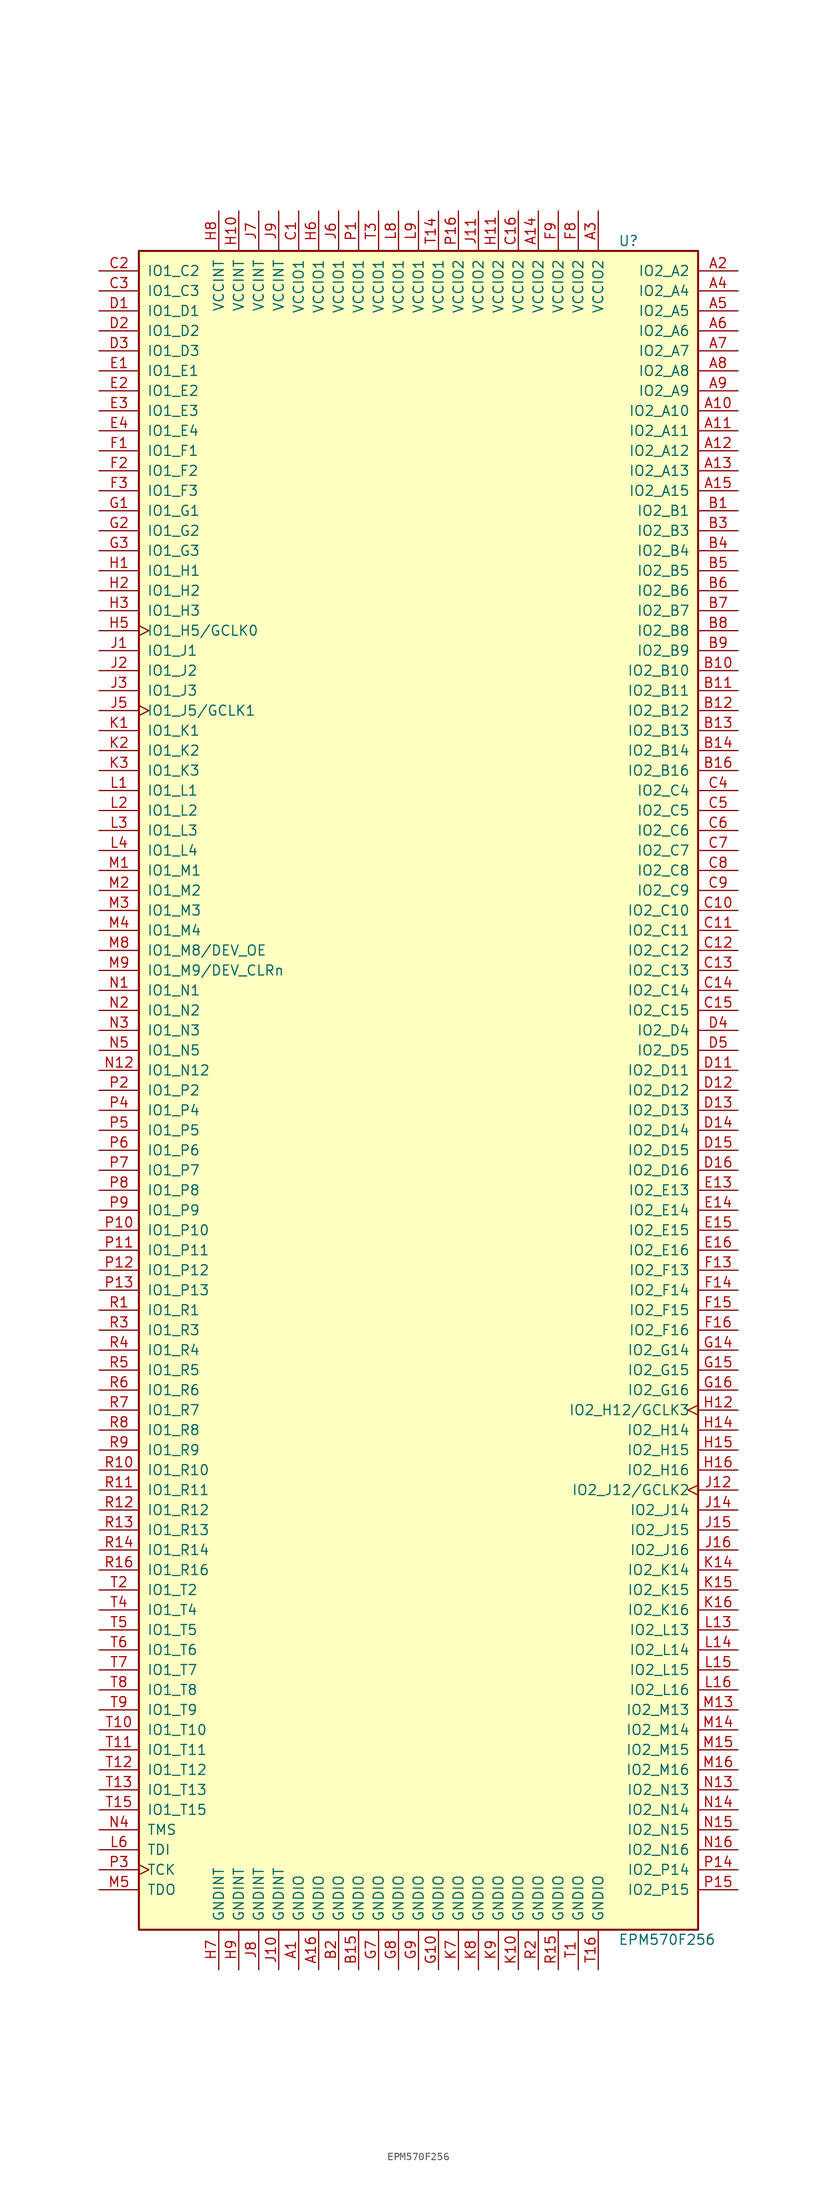
<source format=kicad_sym>
(kicad_symbol_lib
  (version 20231120)
  (generator "kicad_symbol_editor")
  (generator_version "8.0")
  (symbol "EPM570F256"
    (pin_names
      (offset 1.016))
    (property "Reference" "U"
      (at 25.4 107.95 0)
      (effects (font (size 1.27 1.27)) (justify left)))
    (property "Value" "EPM570F256"
      (at 25.4 -107.95 0)
      (effects (font (size 1.27 1.27)) (justify left)))
    (property "ki_locked" ""
      (at 0 0 0)
      (effects (font (size 1.27 1.27))))
    (symbol "EPM570F256_1_1"
      (rectangle (start -35.56 106.68) (end 35.56 -106.68) (stroke (width 0.254) (type default)) (fill (type background)))
      (pin power_in line (at -15.24 -111.76 90) (length 5.08) (name "GNDIO" (effects (font (size 1.27 1.27)))) (number "A1" (effects (font (size 1.27 1.27)))))
      (pin bidirectional line (at 40.64 86.36 180) (length 5.08) (name "IO2_A10" (effects (font (size 1.27 1.27)))) (number "A10" (effects (font (size 1.27 1.27)))))
      (pin bidirectional line (at 40.64 83.82 180) (length 5.08) (name "IO2_A11" (effects (font (size 1.27 1.27)))) (number "A11" (effects (font (size 1.27 1.27)))))
      (pin bidirectional line (at 40.64 81.28 180) (length 5.08) (name "IO2_A12" (effects (font (size 1.27 1.27)))) (number "A12" (effects (font (size 1.27 1.27)))))
      (pin bidirectional line (at 40.64 78.74 180) (length 5.08) (name "IO2_A13" (effects (font (size 1.27 1.27)))) (number "A13" (effects (font (size 1.27 1.27)))))
      (pin power_in line (at 15.24 111.76 270) (length 5.08) (name "VCCIO2" (effects (font (size 1.27 1.27)))) (number "A14" (effects (font (size 1.27 1.27)))))
      (pin bidirectional line (at 40.64 76.2 180) (length 5.08) (name "IO2_A15" (effects (font (size 1.27 1.27)))) (number "A15" (effects (font (size 1.27 1.27)))))
      (pin power_in line (at -12.7 -111.76 90) (length 5.08) (name "GNDIO" (effects (font (size 1.27 1.27)))) (number "A16" (effects (font (size 1.27 1.27)))))
      (pin bidirectional line (at 40.64 104.14 180) (length 5.08) (name "IO2_A2" (effects (font (size 1.27 1.27)))) (number "A2" (effects (font (size 1.27 1.27)))))
      (pin power_in line (at 22.86 111.76 270) (length 5.08) (name "VCCIO2" (effects (font (size 1.27 1.27)))) (number "A3" (effects (font (size 1.27 1.27)))))
      (pin bidirectional line (at 40.64 101.6 180) (length 5.08) (name "IO2_A4" (effects (font (size 1.27 1.27)))) (number "A4" (effects (font (size 1.27 1.27)))))
      (pin bidirectional line (at 40.64 99.06 180) (length 5.08) (name "IO2_A5" (effects (font (size 1.27 1.27)))) (number "A5" (effects (font (size 1.27 1.27)))))
      (pin bidirectional line (at 40.64 96.52 180) (length 5.08) (name "IO2_A6" (effects (font (size 1.27 1.27)))) (number "A6" (effects (font (size 1.27 1.27)))))
      (pin bidirectional line (at 40.64 93.98 180) (length 5.08) (name "IO2_A7" (effects (font (size 1.27 1.27)))) (number "A7" (effects (font (size 1.27 1.27)))))
      (pin bidirectional line (at 40.64 91.44 180) (length 5.08) (name "IO2_A8" (effects (font (size 1.27 1.27)))) (number "A8" (effects (font (size 1.27 1.27)))))
      (pin bidirectional line (at 40.64 88.9 180) (length 5.08) (name "IO2_A9" (effects (font (size 1.27 1.27)))) (number "A9" (effects (font (size 1.27 1.27)))))
      (pin bidirectional line (at 40.64 73.66 180) (length 5.08) (name "IO2_B1" (effects (font (size 1.27 1.27)))) (number "B1" (effects (font (size 1.27 1.27)))))
      (pin bidirectional line (at 40.64 53.34 180) (length 5.08) (name "IO2_B10" (effects (font (size 1.27 1.27)))) (number "B10" (effects (font (size 1.27 1.27)))))
      (pin bidirectional line (at 40.64 50.8 180) (length 5.08) (name "IO2_B11" (effects (font (size 1.27 1.27)))) (number "B11" (effects (font (size 1.27 1.27)))))
      (pin bidirectional line (at 40.64 48.26 180) (length 5.08) (name "IO2_B12" (effects (font (size 1.27 1.27)))) (number "B12" (effects (font (size 1.27 1.27)))))
      (pin bidirectional line (at 40.64 45.72 180) (length 5.08) (name "IO2_B13" (effects (font (size 1.27 1.27)))) (number "B13" (effects (font (size 1.27 1.27)))))
      (pin bidirectional line (at 40.64 43.18 180) (length 5.08) (name "IO2_B14" (effects (font (size 1.27 1.27)))) (number "B14" (effects (font (size 1.27 1.27)))))
      (pin power_in line (at -7.62 -111.76 90) (length 5.08) (name "GNDIO" (effects (font (size 1.27 1.27)))) (number "B15" (effects (font (size 1.27 1.27)))))
      (pin bidirectional line (at 40.64 40.64 180) (length 5.08) (name "IO2_B16" (effects (font (size 1.27 1.27)))) (number "B16" (effects (font (size 1.27 1.27)))))
      (pin power_in line (at -10.16 -111.76 90) (length 5.08) (name "GNDIO" (effects (font (size 1.27 1.27)))) (number "B2" (effects (font (size 1.27 1.27)))))
      (pin bidirectional line (at 40.64 71.12 180) (length 5.08) (name "IO2_B3" (effects (font (size 1.27 1.27)))) (number "B3" (effects (font (size 1.27 1.27)))))
      (pin bidirectional line (at 40.64 68.58 180) (length 5.08) (name "IO2_B4" (effects (font (size 1.27 1.27)))) (number "B4" (effects (font (size 1.27 1.27)))))
      (pin bidirectional line (at 40.64 66.04 180) (length 5.08) (name "IO2_B5" (effects (font (size 1.27 1.27)))) (number "B5" (effects (font (size 1.27 1.27)))))
      (pin bidirectional line (at 40.64 63.5 180) (length 5.08) (name "IO2_B6" (effects (font (size 1.27 1.27)))) (number "B6" (effects (font (size 1.27 1.27)))))
      (pin bidirectional line (at 40.64 60.96 180) (length 5.08) (name "IO2_B7" (effects (font (size 1.27 1.27)))) (number "B7" (effects (font (size 1.27 1.27)))))
      (pin bidirectional line (at 40.64 58.42 180) (length 5.08) (name "IO2_B8" (effects (font (size 1.27 1.27)))) (number "B8" (effects (font (size 1.27 1.27)))))
      (pin bidirectional line (at 40.64 55.88 180) (length 5.08) (name "IO2_B9" (effects (font (size 1.27 1.27)))) (number "B9" (effects (font (size 1.27 1.27)))))
      (pin power_in line (at -15.24 111.76 270) (length 5.08) (name "VCCIO1" (effects (font (size 1.27 1.27)))) (number "C1" (effects (font (size 1.27 1.27)))))
      (pin bidirectional line (at 40.64 22.86 180) (length 5.08) (name "IO2_C10" (effects (font (size 1.27 1.27)))) (number "C10" (effects (font (size 1.27 1.27)))))
      (pin bidirectional line (at 40.64 20.32 180) (length 5.08) (name "IO2_C11" (effects (font (size 1.27 1.27)))) (number "C11" (effects (font (size 1.27 1.27)))))
      (pin bidirectional line (at 40.64 17.78 180) (length 5.08) (name "IO2_C12" (effects (font (size 1.27 1.27)))) (number "C12" (effects (font (size 1.27 1.27)))))
      (pin bidirectional line (at 40.64 15.24 180) (length 5.08) (name "IO2_C13" (effects (font (size 1.27 1.27)))) (number "C13" (effects (font (size 1.27 1.27)))))
      (pin bidirectional line (at 40.64 12.7 180) (length 5.08) (name "IO2_C14" (effects (font (size 1.27 1.27)))) (number "C14" (effects (font (size 1.27 1.27)))))
      (pin bidirectional line (at 40.64 10.16 180) (length 5.08) (name "IO2_C15" (effects (font (size 1.27 1.27)))) (number "C15" (effects (font (size 1.27 1.27)))))
      (pin power_in line (at 12.7 111.76 270) (length 5.08) (name "VCCIO2" (effects (font (size 1.27 1.27)))) (number "C16" (effects (font (size 1.27 1.27)))))
      (pin bidirectional line (at -40.64 104.14 0) (length 5.08) (name "IO1_C2" (effects (font (size 1.27 1.27)))) (number "C2" (effects (font (size 1.27 1.27)))))
      (pin bidirectional line (at -40.64 101.6 0) (length 5.08) (name "IO1_C3" (effects (font (size 1.27 1.27)))) (number "C3" (effects (font (size 1.27 1.27)))))
      (pin bidirectional line (at 40.64 38.1 180) (length 5.08) (name "IO2_C4" (effects (font (size 1.27 1.27)))) (number "C4" (effects (font (size 1.27 1.27)))))
      (pin bidirectional line (at 40.64 35.56 180) (length 5.08) (name "IO2_C5" (effects (font (size 1.27 1.27)))) (number "C5" (effects (font (size 1.27 1.27)))))
      (pin bidirectional line (at 40.64 33.02 180) (length 5.08) (name "IO2_C6" (effects (font (size 1.27 1.27)))) (number "C6" (effects (font (size 1.27 1.27)))))
      (pin bidirectional line (at 40.64 30.48 180) (length 5.08) (name "IO2_C7" (effects (font (size 1.27 1.27)))) (number "C7" (effects (font (size 1.27 1.27)))))
      (pin bidirectional line (at 40.64 27.94 180) (length 5.08) (name "IO2_C8" (effects (font (size 1.27 1.27)))) (number "C8" (effects (font (size 1.27 1.27)))))
      (pin bidirectional line (at 40.64 25.4 180) (length 5.08) (name "IO2_C9" (effects (font (size 1.27 1.27)))) (number "C9" (effects (font (size 1.27 1.27)))))
      (pin bidirectional line (at -40.64 99.06 0) (length 5.08) (name "IO1_D1" (effects (font (size 1.27 1.27)))) (number "D1" (effects (font (size 1.27 1.27)))))
      (pin bidirectional line (at 40.64 2.54 180) (length 5.08) (name "IO2_D11" (effects (font (size 1.27 1.27)))) (number "D11" (effects (font (size 1.27 1.27)))))
      (pin bidirectional line (at 40.64 0 180) (length 5.08) (name "IO2_D12" (effects (font (size 1.27 1.27)))) (number "D12" (effects (font (size 1.27 1.27)))))
      (pin bidirectional line (at 40.64 -2.54 180) (length 5.08) (name "IO2_D13" (effects (font (size 1.27 1.27)))) (number "D13" (effects (font (size 1.27 1.27)))))
      (pin bidirectional line (at 40.64 -5.08 180) (length 5.08) (name "IO2_D14" (effects (font (size 1.27 1.27)))) (number "D14" (effects (font (size 1.27 1.27)))))
      (pin bidirectional line (at 40.64 -7.62 180) (length 5.08) (name "IO2_D15" (effects (font (size 1.27 1.27)))) (number "D15" (effects (font (size 1.27 1.27)))))
      (pin bidirectional line (at 40.64 -10.16 180) (length 5.08) (name "IO2_D16" (effects (font (size 1.27 1.27)))) (number "D16" (effects (font (size 1.27 1.27)))))
      (pin bidirectional line (at -40.64 96.52 0) (length 5.08) (name "IO1_D2" (effects (font (size 1.27 1.27)))) (number "D2" (effects (font (size 1.27 1.27)))))
      (pin bidirectional line (at -40.64 93.98 0) (length 5.08) (name "IO1_D3" (effects (font (size 1.27 1.27)))) (number "D3" (effects (font (size 1.27 1.27)))))
      (pin bidirectional line (at 40.64 7.62 180) (length 5.08) (name "IO2_D4" (effects (font (size 1.27 1.27)))) (number "D4" (effects (font (size 1.27 1.27)))))
      (pin bidirectional line (at 40.64 5.08 180) (length 5.08) (name "IO2_D5" (effects (font (size 1.27 1.27)))) (number "D5" (effects (font (size 1.27 1.27)))))
      (pin bidirectional line (at -40.64 91.44 0) (length 5.08) (name "IO1_E1" (effects (font (size 1.27 1.27)))) (number "E1" (effects (font (size 1.27 1.27)))))
      (pin bidirectional line (at 40.64 -12.7 180) (length 5.08) (name "IO2_E13" (effects (font (size 1.27 1.27)))) (number "E13" (effects (font (size 1.27 1.27)))))
      (pin bidirectional line (at 40.64 -15.24 180) (length 5.08) (name "IO2_E14" (effects (font (size 1.27 1.27)))) (number "E14" (effects (font (size 1.27 1.27)))))
      (pin bidirectional line (at 40.64 -17.78 180) (length 5.08) (name "IO2_E15" (effects (font (size 1.27 1.27)))) (number "E15" (effects (font (size 1.27 1.27)))))
      (pin bidirectional line (at 40.64 -20.32 180) (length 5.08) (name "IO2_E16" (effects (font (size 1.27 1.27)))) (number "E16" (effects (font (size 1.27 1.27)))))
      (pin bidirectional line (at -40.64 88.9 0) (length 5.08) (name "IO1_E2" (effects (font (size 1.27 1.27)))) (number "E2" (effects (font (size 1.27 1.27)))))
      (pin bidirectional line (at -40.64 86.36 0) (length 5.08) (name "IO1_E3" (effects (font (size 1.27 1.27)))) (number "E3" (effects (font (size 1.27 1.27)))))
      (pin bidirectional line (at -40.64 83.82 0) (length 5.08) (name "IO1_E4" (effects (font (size 1.27 1.27)))) (number "E4" (effects (font (size 1.27 1.27)))))
      (pin bidirectional line (at -40.64 81.28 0) (length 5.08) (name "IO1_F1" (effects (font (size 1.27 1.27)))) (number "F1" (effects (font (size 1.27 1.27)))))
      (pin bidirectional line (at 40.64 -22.86 180) (length 5.08) (name "IO2_F13" (effects (font (size 1.27 1.27)))) (number "F13" (effects (font (size 1.27 1.27)))))
      (pin bidirectional line (at 40.64 -25.4 180) (length 5.08) (name "IO2_F14" (effects (font (size 1.27 1.27)))) (number "F14" (effects (font (size 1.27 1.27)))))
      (pin bidirectional line (at 40.64 -27.94 180) (length 5.08) (name "IO2_F15" (effects (font (size 1.27 1.27)))) (number "F15" (effects (font (size 1.27 1.27)))))
      (pin bidirectional line (at 40.64 -30.48 180) (length 5.08) (name "IO2_F16" (effects (font (size 1.27 1.27)))) (number "F16" (effects (font (size 1.27 1.27)))))
      (pin bidirectional line (at -40.64 78.74 0) (length 5.08) (name "IO1_F2" (effects (font (size 1.27 1.27)))) (number "F2" (effects (font (size 1.27 1.27)))))
      (pin bidirectional line (at -40.64 76.2 0) (length 5.08) (name "IO1_F3" (effects (font (size 1.27 1.27)))) (number "F3" (effects (font (size 1.27 1.27)))))
      (pin power_in line (at 20.32 111.76 270) (length 5.08) (name "VCCIO2" (effects (font (size 1.27 1.27)))) (number "F8" (effects (font (size 1.27 1.27)))))
      (pin power_in line (at 17.78 111.76 270) (length 5.08) (name "VCCIO2" (effects (font (size 1.27 1.27)))) (number "F9" (effects (font (size 1.27 1.27)))))
      (pin bidirectional line (at -40.64 73.66 0) (length 5.08) (name "IO1_G1" (effects (font (size 1.27 1.27)))) (number "G1" (effects (font (size 1.27 1.27)))))
      (pin power_in line (at 2.54 -111.76 90) (length 5.08) (name "GNDIO" (effects (font (size 1.27 1.27)))) (number "G10" (effects (font (size 1.27 1.27)))))
      (pin bidirectional line (at 40.64 -33.02 180) (length 5.08) (name "IO2_G14" (effects (font (size 1.27 1.27)))) (number "G14" (effects (font (size 1.27 1.27)))))
      (pin bidirectional line (at 40.64 -35.56 180) (length 5.08) (name "IO2_G15" (effects (font (size 1.27 1.27)))) (number "G15" (effects (font (size 1.27 1.27)))))
      (pin bidirectional line (at 40.64 -38.1 180) (length 5.08) (name "IO2_G16" (effects (font (size 1.27 1.27)))) (number "G16" (effects (font (size 1.27 1.27)))))
      (pin bidirectional line (at -40.64 71.12 0) (length 5.08) (name "IO1_G2" (effects (font (size 1.27 1.27)))) (number "G2" (effects (font (size 1.27 1.27)))))
      (pin bidirectional line (at -40.64 68.58 0) (length 5.08) (name "IO1_G3" (effects (font (size 1.27 1.27)))) (number "G3" (effects (font (size 1.27 1.27)))))
      (pin power_in line (at -5.08 -111.76 90) (length 5.08) (name "GNDIO" (effects (font (size 1.27 1.27)))) (number "G7" (effects (font (size 1.27 1.27)))))
      (pin power_in line (at -2.54 -111.76 90) (length 5.08) (name "GNDIO" (effects (font (size 1.27 1.27)))) (number "G8" (effects (font (size 1.27 1.27)))))
      (pin power_in line (at 0 -111.76 90) (length 5.08) (name "GNDIO" (effects (font (size 1.27 1.27)))) (number "G9" (effects (font (size 1.27 1.27)))))
      (pin bidirectional line (at -40.64 66.04 0) (length 5.08) (name "IO1_H1" (effects (font (size 1.27 1.27)))) (number "H1" (effects (font (size 1.27 1.27)))))
      (pin power_in line (at -22.86 111.76 270) (length 5.08) (name "VCCINT" (effects (font (size 1.27 1.27)))) (number "H10" (effects (font (size 1.27 1.27)))))
      (pin power_in line (at 10.16 111.76 270) (length 5.08) (name "VCCIO2" (effects (font (size 1.27 1.27)))) (number "H11" (effects (font (size 1.27 1.27)))))
      (pin bidirectional clock (at 40.64 -40.64 180) (length 5.08) (name "IO2_H12/GCLK3" (effects (font (size 1.27 1.27)))) (number "H12" (effects (font (size 1.27 1.27)))))
      (pin bidirectional line (at 40.64 -43.18 180) (length 5.08) (name "IO2_H14" (effects (font (size 1.27 1.27)))) (number "H14" (effects (font (size 1.27 1.27)))))
      (pin bidirectional line (at 40.64 -45.72 180) (length 5.08) (name "IO2_H15" (effects (font (size 1.27 1.27)))) (number "H15" (effects (font (size 1.27 1.27)))))
      (pin bidirectional line (at 40.64 -48.26 180) (length 5.08) (name "IO2_H16" (effects (font (size 1.27 1.27)))) (number "H16" (effects (font (size 1.27 1.27)))))
      (pin bidirectional line (at -40.64 63.5 0) (length 5.08) (name "IO1_H2" (effects (font (size 1.27 1.27)))) (number "H2" (effects (font (size 1.27 1.27)))))
      (pin bidirectional line (at -40.64 60.96 0) (length 5.08) (name "IO1_H3" (effects (font (size 1.27 1.27)))) (number "H3" (effects (font (size 1.27 1.27)))))
      (pin bidirectional clock (at -40.64 58.42 0) (length 5.08) (name "IO1_H5/GCLK0" (effects (font (size 1.27 1.27)))) (number "H5" (effects (font (size 1.27 1.27)))))
      (pin power_in line (at -12.7 111.76 270) (length 5.08) (name "VCCIO1" (effects (font (size 1.27 1.27)))) (number "H6" (effects (font (size 1.27 1.27)))))
      (pin power_in line (at -25.4 -111.76 90) (length 5.08) (name "GNDINT" (effects (font (size 1.27 1.27)))) (number "H7" (effects (font (size 1.27 1.27)))))
      (pin power_in line (at -25.4 111.76 270) (length 5.08) (name "VCCINT" (effects (font (size 1.27 1.27)))) (number "H8" (effects (font (size 1.27 1.27)))))
      (pin power_in line (at -22.86 -111.76 90) (length 5.08) (name "GNDINT" (effects (font (size 1.27 1.27)))) (number "H9" (effects (font (size 1.27 1.27)))))
      (pin bidirectional line (at -40.64 55.88 0) (length 5.08) (name "IO1_J1" (effects (font (size 1.27 1.27)))) (number "J1" (effects (font (size 1.27 1.27)))))
      (pin power_in line (at -17.78 -111.76 90) (length 5.08) (name "GNDINT" (effects (font (size 1.27 1.27)))) (number "J10" (effects (font (size 1.27 1.27)))))
      (pin power_in line (at 7.62 111.76 270) (length 5.08) (name "VCCIO2" (effects (font (size 1.27 1.27)))) (number "J11" (effects (font (size 1.27 1.27)))))
      (pin bidirectional clock (at 40.64 -50.8 180) (length 5.08) (name "IO2_J12/GCLK2" (effects (font (size 1.27 1.27)))) (number "J12" (effects (font (size 1.27 1.27)))))
      (pin bidirectional line (at 40.64 -53.34 180) (length 5.08) (name "IO2_J14" (effects (font (size 1.27 1.27)))) (number "J14" (effects (font (size 1.27 1.27)))))
      (pin bidirectional line (at 40.64 -55.88 180) (length 5.08) (name "IO2_J15" (effects (font (size 1.27 1.27)))) (number "J15" (effects (font (size 1.27 1.27)))))
      (pin bidirectional line (at 40.64 -58.42 180) (length 5.08) (name "IO2_J16" (effects (font (size 1.27 1.27)))) (number "J16" (effects (font (size 1.27 1.27)))))
      (pin bidirectional line (at -40.64 53.34 0) (length 5.08) (name "IO1_J2" (effects (font (size 1.27 1.27)))) (number "J2" (effects (font (size 1.27 1.27)))))
      (pin bidirectional line (at -40.64 50.8 0) (length 5.08) (name "IO1_J3" (effects (font (size 1.27 1.27)))) (number "J3" (effects (font (size 1.27 1.27)))))
      (pin bidirectional clock (at -40.64 48.26 0) (length 5.08) (name "IO1_J5/GCLK1" (effects (font (size 1.27 1.27)))) (number "J5" (effects (font (size 1.27 1.27)))))
      (pin power_in line (at -10.16 111.76 270) (length 5.08) (name "VCCIO1" (effects (font (size 1.27 1.27)))) (number "J6" (effects (font (size 1.27 1.27)))))
      (pin power_in line (at -20.32 111.76 270) (length 5.08) (name "VCCINT" (effects (font (size 1.27 1.27)))) (number "J7" (effects (font (size 1.27 1.27)))))
      (pin power_in line (at -20.32 -111.76 90) (length 5.08) (name "GNDINT" (effects (font (size 1.27 1.27)))) (number "J8" (effects (font (size 1.27 1.27)))))
      (pin power_in line (at -17.78 111.76 270) (length 5.08) (name "VCCINT" (effects (font (size 1.27 1.27)))) (number "J9" (effects (font (size 1.27 1.27)))))
      (pin bidirectional line (at -40.64 45.72 0) (length 5.08) (name "IO1_K1" (effects (font (size 1.27 1.27)))) (number "K1" (effects (font (size 1.27 1.27)))))
      (pin power_in line (at 12.7 -111.76 90) (length 5.08) (name "GNDIO" (effects (font (size 1.27 1.27)))) (number "K10" (effects (font (size 1.27 1.27)))))
      (pin bidirectional line (at 40.64 -60.96 180) (length 5.08) (name "IO2_K14" (effects (font (size 1.27 1.27)))) (number "K14" (effects (font (size 1.27 1.27)))))
      (pin bidirectional line (at 40.64 -63.5 180) (length 5.08) (name "IO2_K15" (effects (font (size 1.27 1.27)))) (number "K15" (effects (font (size 1.27 1.27)))))
      (pin bidirectional line (at 40.64 -66.04 180) (length 5.08) (name "IO2_K16" (effects (font (size 1.27 1.27)))) (number "K16" (effects (font (size 1.27 1.27)))))
      (pin bidirectional line (at -40.64 43.18 0) (length 5.08) (name "IO1_K2" (effects (font (size 1.27 1.27)))) (number "K2" (effects (font (size 1.27 1.27)))))
      (pin bidirectional line (at -40.64 40.64 0) (length 5.08) (name "IO1_K3" (effects (font (size 1.27 1.27)))) (number "K3" (effects (font (size 1.27 1.27)))))
      (pin power_in line (at 5.08 -111.76 90) (length 5.08) (name "GNDIO" (effects (font (size 1.27 1.27)))) (number "K7" (effects (font (size 1.27 1.27)))))
      (pin power_in line (at 7.62 -111.76 90) (length 5.08) (name "GNDIO" (effects (font (size 1.27 1.27)))) (number "K8" (effects (font (size 1.27 1.27)))))
      (pin power_in line (at 10.16 -111.76 90) (length 5.08) (name "GNDIO" (effects (font (size 1.27 1.27)))) (number "K9" (effects (font (size 1.27 1.27)))))
      (pin bidirectional line (at -40.64 38.1 0) (length 5.08) (name "IO1_L1" (effects (font (size 1.27 1.27)))) (number "L1" (effects (font (size 1.27 1.27)))))
      (pin bidirectional line (at 40.64 -68.58 180) (length 5.08) (name "IO2_L13" (effects (font (size 1.27 1.27)))) (number "L13" (effects (font (size 1.27 1.27)))))
      (pin bidirectional line (at 40.64 -71.12 180) (length 5.08) (name "IO2_L14" (effects (font (size 1.27 1.27)))) (number "L14" (effects (font (size 1.27 1.27)))))
      (pin bidirectional line (at 40.64 -73.66 180) (length 5.08) (name "IO2_L15" (effects (font (size 1.27 1.27)))) (number "L15" (effects (font (size 1.27 1.27)))))
      (pin bidirectional line (at 40.64 -76.2 180) (length 5.08) (name "IO2_L16" (effects (font (size 1.27 1.27)))) (number "L16" (effects (font (size 1.27 1.27)))))
      (pin bidirectional line (at -40.64 35.56 0) (length 5.08) (name "IO1_L2" (effects (font (size 1.27 1.27)))) (number "L2" (effects (font (size 1.27 1.27)))))
      (pin bidirectional line (at -40.64 33.02 0) (length 5.08) (name "IO1_L3" (effects (font (size 1.27 1.27)))) (number "L3" (effects (font (size 1.27 1.27)))))
      (pin bidirectional line (at -40.64 30.48 0) (length 5.08) (name "IO1_L4" (effects (font (size 1.27 1.27)))) (number "L4" (effects (font (size 1.27 1.27)))))
      (pin input line (at -40.64 -96.52 0) (length 5.08) (name "TDI" (effects (font (size 1.27 1.27)))) (number "L6" (effects (font (size 1.27 1.27)))))
      (pin power_in line (at -2.54 111.76 270) (length 5.08) (name "VCCIO1" (effects (font (size 1.27 1.27)))) (number "L8" (effects (font (size 1.27 1.27)))))
      (pin power_in line (at 0 111.76 270) (length 5.08) (name "VCCIO1" (effects (font (size 1.27 1.27)))) (number "L9" (effects (font (size 1.27 1.27)))))
      (pin bidirectional line (at -40.64 27.94 0) (length 5.08) (name "IO1_M1" (effects (font (size 1.27 1.27)))) (number "M1" (effects (font (size 1.27 1.27)))))
      (pin bidirectional line (at 40.64 -78.74 180) (length 5.08) (name "IO2_M13" (effects (font (size 1.27 1.27)))) (number "M13" (effects (font (size 1.27 1.27)))))
      (pin bidirectional line (at 40.64 -81.28 180) (length 5.08) (name "IO2_M14" (effects (font (size 1.27 1.27)))) (number "M14" (effects (font (size 1.27 1.27)))))
      (pin bidirectional line (at 40.64 -83.82 180) (length 5.08) (name "IO2_M15" (effects (font (size 1.27 1.27)))) (number "M15" (effects (font (size 1.27 1.27)))))
      (pin bidirectional line (at 40.64 -86.36 180) (length 5.08) (name "IO2_M16" (effects (font (size 1.27 1.27)))) (number "M16" (effects (font (size 1.27 1.27)))))
      (pin bidirectional line (at -40.64 25.4 0) (length 5.08) (name "IO1_M2" (effects (font (size 1.27 1.27)))) (number "M2" (effects (font (size 1.27 1.27)))))
      (pin bidirectional line (at -40.64 22.86 0) (length 5.08) (name "IO1_M3" (effects (font (size 1.27 1.27)))) (number "M3" (effects (font (size 1.27 1.27)))))
      (pin bidirectional line (at -40.64 20.32 0) (length 5.08) (name "IO1_M4" (effects (font (size 1.27 1.27)))) (number "M4" (effects (font (size 1.27 1.27)))))
      (pin output line (at -40.64 -101.6 0) (length 5.08) (name "TDO" (effects (font (size 1.27 1.27)))) (number "M5" (effects (font (size 1.27 1.27)))))
      (pin bidirectional line (at -40.64 17.78 0) (length 5.08) (name "IO1_M8/DEV_OE" (effects (font (size 1.27 1.27)))) (number "M8" (effects (font (size 1.27 1.27)))))
      (pin bidirectional line (at -40.64 15.24 0) (length 5.08) (name "IO1_M9/DEV_CLRn" (effects (font (size 1.27 1.27)))) (number "M9" (effects (font (size 1.27 1.27)))))
      (pin bidirectional line (at -40.64 12.7 0) (length 5.08) (name "IO1_N1" (effects (font (size 1.27 1.27)))) (number "N1" (effects (font (size 1.27 1.27)))))
      (pin bidirectional line (at -40.64 2.54 0) (length 5.08) (name "IO1_N12" (effects (font (size 1.27 1.27)))) (number "N12" (effects (font (size 1.27 1.27)))))
      (pin bidirectional line (at 40.64 -88.9 180) (length 5.08) (name "IO2_N13" (effects (font (size 1.27 1.27)))) (number "N13" (effects (font (size 1.27 1.27)))))
      (pin bidirectional line (at 40.64 -91.44 180) (length 5.08) (name "IO2_N14" (effects (font (size 1.27 1.27)))) (number "N14" (effects (font (size 1.27 1.27)))))
      (pin bidirectional line (at 40.64 -93.98 180) (length 5.08) (name "IO2_N15" (effects (font (size 1.27 1.27)))) (number "N15" (effects (font (size 1.27 1.27)))))
      (pin bidirectional line (at 40.64 -96.52 180) (length 5.08) (name "IO2_N16" (effects (font (size 1.27 1.27)))) (number "N16" (effects (font (size 1.27 1.27)))))
      (pin bidirectional line (at -40.64 10.16 0) (length 5.08) (name "IO1_N2" (effects (font (size 1.27 1.27)))) (number "N2" (effects (font (size 1.27 1.27)))))
      (pin bidirectional line (at -40.64 7.62 0) (length 5.08) (name "IO1_N3" (effects (font (size 1.27 1.27)))) (number "N3" (effects (font (size 1.27 1.27)))))
      (pin input line (at -40.64 -93.98 0) (length 5.08) (name "TMS" (effects (font (size 1.27 1.27)))) (number "N4" (effects (font (size 1.27 1.27)))))
      (pin bidirectional line (at -40.64 5.08 0) (length 5.08) (name "IO1_N5" (effects (font (size 1.27 1.27)))) (number "N5" (effects (font (size 1.27 1.27)))))
      (pin power_in line (at -7.62 111.76 270) (length 5.08) (name "VCCIO1" (effects (font (size 1.27 1.27)))) (number "P1" (effects (font (size 1.27 1.27)))))
      (pin bidirectional line (at -40.64 -17.78 0) (length 5.08) (name "IO1_P10" (effects (font (size 1.27 1.27)))) (number "P10" (effects (font (size 1.27 1.27)))))
      (pin bidirectional line (at -40.64 -20.32 0) (length 5.08) (name "IO1_P11" (effects (font (size 1.27 1.27)))) (number "P11" (effects (font (size 1.27 1.27)))))
      (pin bidirectional line (at -40.64 -22.86 0) (length 5.08) (name "IO1_P12" (effects (font (size 1.27 1.27)))) (number "P12" (effects (font (size 1.27 1.27)))))
      (pin bidirectional line (at -40.64 -25.4 0) (length 5.08) (name "IO1_P13" (effects (font (size 1.27 1.27)))) (number "P13" (effects (font (size 1.27 1.27)))))
      (pin bidirectional line (at 40.64 -99.06 180) (length 5.08) (name "IO2_P14" (effects (font (size 1.27 1.27)))) (number "P14" (effects (font (size 1.27 1.27)))))
      (pin bidirectional line (at 40.64 -101.6 180) (length 5.08) (name "IO2_P15" (effects (font (size 1.27 1.27)))) (number "P15" (effects (font (size 1.27 1.27)))))
      (pin power_in line (at 5.08 111.76 270) (length 5.08) (name "VCCIO2" (effects (font (size 1.27 1.27)))) (number "P16" (effects (font (size 1.27 1.27)))))
      (pin bidirectional line (at -40.64 0 0) (length 5.08) (name "IO1_P2" (effects (font (size 1.27 1.27)))) (number "P2" (effects (font (size 1.27 1.27)))))
      (pin input clock (at -40.64 -99.06 0) (length 5.08) (name "TCK" (effects (font (size 1.27 1.27)))) (number "P3" (effects (font (size 1.27 1.27)))))
      (pin bidirectional line (at -40.64 -2.54 0) (length 5.08) (name "IO1_P4" (effects (font (size 1.27 1.27)))) (number "P4" (effects (font (size 1.27 1.27)))))
      (pin bidirectional line (at -40.64 -5.08 0) (length 5.08) (name "IO1_P5" (effects (font (size 1.27 1.27)))) (number "P5" (effects (font (size 1.27 1.27)))))
      (pin bidirectional line (at -40.64 -7.62 0) (length 5.08) (name "IO1_P6" (effects (font (size 1.27 1.27)))) (number "P6" (effects (font (size 1.27 1.27)))))
      (pin bidirectional line (at -40.64 -10.16 0) (length 5.08) (name "IO1_P7" (effects (font (size 1.27 1.27)))) (number "P7" (effects (font (size 1.27 1.27)))))
      (pin bidirectional line (at -40.64 -12.7 0) (length 5.08) (name "IO1_P8" (effects (font (size 1.27 1.27)))) (number "P8" (effects (font (size 1.27 1.27)))))
      (pin bidirectional line (at -40.64 -15.24 0) (length 5.08) (name "IO1_P9" (effects (font (size 1.27 1.27)))) (number "P9" (effects (font (size 1.27 1.27)))))
      (pin bidirectional line (at -40.64 -27.94 0) (length 5.08) (name "IO1_R1" (effects (font (size 1.27 1.27)))) (number "R1" (effects (font (size 1.27 1.27)))))
      (pin bidirectional line (at -40.64 -48.26 0) (length 5.08) (name "IO1_R10" (effects (font (size 1.27 1.27)))) (number "R10" (effects (font (size 1.27 1.27)))))
      (pin bidirectional line (at -40.64 -50.8 0) (length 5.08) (name "IO1_R11" (effects (font (size 1.27 1.27)))) (number "R11" (effects (font (size 1.27 1.27)))))
      (pin bidirectional line (at -40.64 -53.34 0) (length 5.08) (name "IO1_R12" (effects (font (size 1.27 1.27)))) (number "R12" (effects (font (size 1.27 1.27)))))
      (pin bidirectional line (at -40.64 -55.88 0) (length 5.08) (name "IO1_R13" (effects (font (size 1.27 1.27)))) (number "R13" (effects (font (size 1.27 1.27)))))
      (pin bidirectional line (at -40.64 -58.42 0) (length 5.08) (name "IO1_R14" (effects (font (size 1.27 1.27)))) (number "R14" (effects (font (size 1.27 1.27)))))
      (pin power_in line (at 17.78 -111.76 90) (length 5.08) (name "GNDIO" (effects (font (size 1.27 1.27)))) (number "R15" (effects (font (size 1.27 1.27)))))
      (pin bidirectional line (at -40.64 -60.96 0) (length 5.08) (name "IO1_R16" (effects (font (size 1.27 1.27)))) (number "R16" (effects (font (size 1.27 1.27)))))
      (pin power_in line (at 15.24 -111.76 90) (length 5.08) (name "GNDIO" (effects (font (size 1.27 1.27)))) (number "R2" (effects (font (size 1.27 1.27)))))
      (pin bidirectional line (at -40.64 -30.48 0) (length 5.08) (name "IO1_R3" (effects (font (size 1.27 1.27)))) (number "R3" (effects (font (size 1.27 1.27)))))
      (pin bidirectional line (at -40.64 -33.02 0) (length 5.08) (name "IO1_R4" (effects (font (size 1.27 1.27)))) (number "R4" (effects (font (size 1.27 1.27)))))
      (pin bidirectional line (at -40.64 -35.56 0) (length 5.08) (name "IO1_R5" (effects (font (size 1.27 1.27)))) (number "R5" (effects (font (size 1.27 1.27)))))
      (pin bidirectional line (at -40.64 -38.1 0) (length 5.08) (name "IO1_R6" (effects (font (size 1.27 1.27)))) (number "R6" (effects (font (size 1.27 1.27)))))
      (pin bidirectional line (at -40.64 -40.64 0) (length 5.08) (name "IO1_R7" (effects (font (size 1.27 1.27)))) (number "R7" (effects (font (size 1.27 1.27)))))
      (pin bidirectional line (at -40.64 -43.18 0) (length 5.08) (name "IO1_R8" (effects (font (size 1.27 1.27)))) (number "R8" (effects (font (size 1.27 1.27)))))
      (pin bidirectional line (at -40.64 -45.72 0) (length 5.08) (name "IO1_R9" (effects (font (size 1.27 1.27)))) (number "R9" (effects (font (size 1.27 1.27)))))
      (pin power_in line (at 20.32 -111.76 90) (length 5.08) (name "GNDIO" (effects (font (size 1.27 1.27)))) (number "T1" (effects (font (size 1.27 1.27)))))
      (pin bidirectional line (at -40.64 -81.28 0) (length 5.08) (name "IO1_T10" (effects (font (size 1.27 1.27)))) (number "T10" (effects (font (size 1.27 1.27)))))
      (pin bidirectional line (at -40.64 -83.82 0) (length 5.08) (name "IO1_T11" (effects (font (size 1.27 1.27)))) (number "T11" (effects (font (size 1.27 1.27)))))
      (pin bidirectional line (at -40.64 -86.36 0) (length 5.08) (name "IO1_T12" (effects (font (size 1.27 1.27)))) (number "T12" (effects (font (size 1.27 1.27)))))
      (pin bidirectional line (at -40.64 -88.9 0) (length 5.08) (name "IO1_T13" (effects (font (size 1.27 1.27)))) (number "T13" (effects (font (size 1.27 1.27)))))
      (pin power_in line (at 2.54 111.76 270) (length 5.08) (name "VCCIO1" (effects (font (size 1.27 1.27)))) (number "T14" (effects (font (size 1.27 1.27)))))
      (pin bidirectional line (at -40.64 -91.44 0) (length 5.08) (name "IO1_T15" (effects (font (size 1.27 1.27)))) (number "T15" (effects (font (size 1.27 1.27)))))
      (pin power_in line (at 22.86 -111.76 90) (length 5.08) (name "GNDIO" (effects (font (size 1.27 1.27)))) (number "T16" (effects (font (size 1.27 1.27)))))
      (pin bidirectional line (at -40.64 -63.5 0) (length 5.08) (name "IO1_T2" (effects (font (size 1.27 1.27)))) (number "T2" (effects (font (size 1.27 1.27)))))
      (pin power_in line (at -5.08 111.76 270) (length 5.08) (name "VCCIO1" (effects (font (size 1.27 1.27)))) (number "T3" (effects (font (size 1.27 1.27)))))
      (pin bidirectional line (at -40.64 -66.04 0) (length 5.08) (name "IO1_T4" (effects (font (size 1.27 1.27)))) (number "T4" (effects (font (size 1.27 1.27)))))
      (pin bidirectional line (at -40.64 -68.58 0) (length 5.08) (name "IO1_T5" (effects (font (size 1.27 1.27)))) (number "T5" (effects (font (size 1.27 1.27)))))
      (pin bidirectional line (at -40.64 -71.12 0) (length 5.08) (name "IO1_T6" (effects (font (size 1.27 1.27)))) (number "T6" (effects (font (size 1.27 1.27)))))
      (pin bidirectional line (at -40.64 -73.66 0) (length 5.08) (name "IO1_T7" (effects (font (size 1.27 1.27)))) (number "T7" (effects (font (size 1.27 1.27)))))
      (pin bidirectional line (at -40.64 -76.2 0) (length 5.08) (name "IO1_T8" (effects (font (size 1.27 1.27)))) (number "T8" (effects (font (size 1.27 1.27)))))
      (pin bidirectional line (at -40.64 -78.74 0) (length 5.08) (name "IO1_T9" (effects (font (size 1.27 1.27)))) (number "T9" (effects (font (size 1.27 1.27))))))))
</source>
